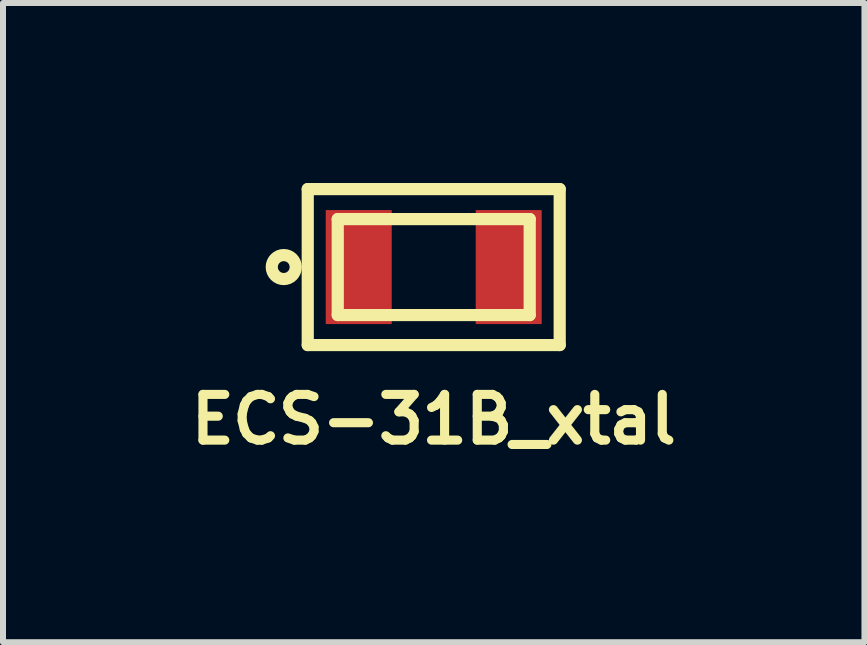
<source format=kicad_pcb>
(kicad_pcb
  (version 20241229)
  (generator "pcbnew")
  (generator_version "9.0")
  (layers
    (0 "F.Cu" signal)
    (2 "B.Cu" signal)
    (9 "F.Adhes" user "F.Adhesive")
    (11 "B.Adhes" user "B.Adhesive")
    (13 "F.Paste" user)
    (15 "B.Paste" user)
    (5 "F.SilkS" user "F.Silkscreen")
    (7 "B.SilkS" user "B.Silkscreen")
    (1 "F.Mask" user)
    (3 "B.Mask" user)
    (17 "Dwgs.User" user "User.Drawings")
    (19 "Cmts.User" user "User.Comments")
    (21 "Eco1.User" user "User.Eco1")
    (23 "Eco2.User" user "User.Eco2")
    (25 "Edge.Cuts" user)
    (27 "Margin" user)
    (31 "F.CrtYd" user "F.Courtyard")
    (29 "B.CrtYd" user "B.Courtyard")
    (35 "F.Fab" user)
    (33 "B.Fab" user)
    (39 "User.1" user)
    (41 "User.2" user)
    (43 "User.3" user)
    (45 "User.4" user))
  (footprint "ECS-31B_xtal"
    (layer "F.Cu")
    (at 4.18 1.402)
    (property "Reference" "ECS-31B_xtal" (at 0 2.54 0) (layer "F.SilkS") (effects (font (size 0.762 0.762) (thickness 0.152))))
    (attr smd)
    (fp_line (start -2.1 -1.3) (end -2.1 1.3) (stroke (width 0.203) (type solid)) (layer "F.SilkS"))
    (fp_line (start -2.1 1.3) (end 2.1 1.3) (stroke (width 0.203) (type solid)) (layer "F.SilkS"))
    (fp_line (start -1.6 -0.8) (end 1.6 -0.8) (stroke (width 0.203) (type solid)) (layer "F.SilkS"))
    (fp_line (start -1.6 0.8) (end -1.6 -0.8) (stroke (width 0.203) (type solid)) (layer "F.SilkS"))
    (fp_line (start 1.6 -0.8) (end 1.6 0.8) (stroke (width 0.203) (type solid)) (layer "F.SilkS"))
    (fp_line (start 1.6 0.8) (end -1.6 0.8) (stroke (width 0.203) (type solid)) (layer "F.SilkS"))
    (fp_line (start 2.1 -1.3) (end -2.1 -1.3) (stroke (width 0.203) (type solid)) (layer "F.SilkS"))
    (fp_line (start 2.1 1.3) (end 2.1 -1.3) (stroke (width 0.203) (type solid)) (layer "F.SilkS"))
    (fp_circle (center -2.5 0) (end -2.3 0) (stroke (width 0.203) (type solid)) (fill no) (layer "F.SilkS"))
    (pad "1" smd rect (at -1.25 0 90) (size 1.9 1.1) (layers "F.Cu" "F.Mask" "F.Paste"))
    (pad "2" smd rect (at 1.25 0 90) (size 1.9 1.1) (layers "F.Cu" "F.Mask" "F.Paste")))
  (gr_rect
    (start -3 -3)
    (end 11.36 7.655)
    (stroke (width 0.1) (type default))
    (fill no)
    (layer "Edge.Cuts")))
</source>
